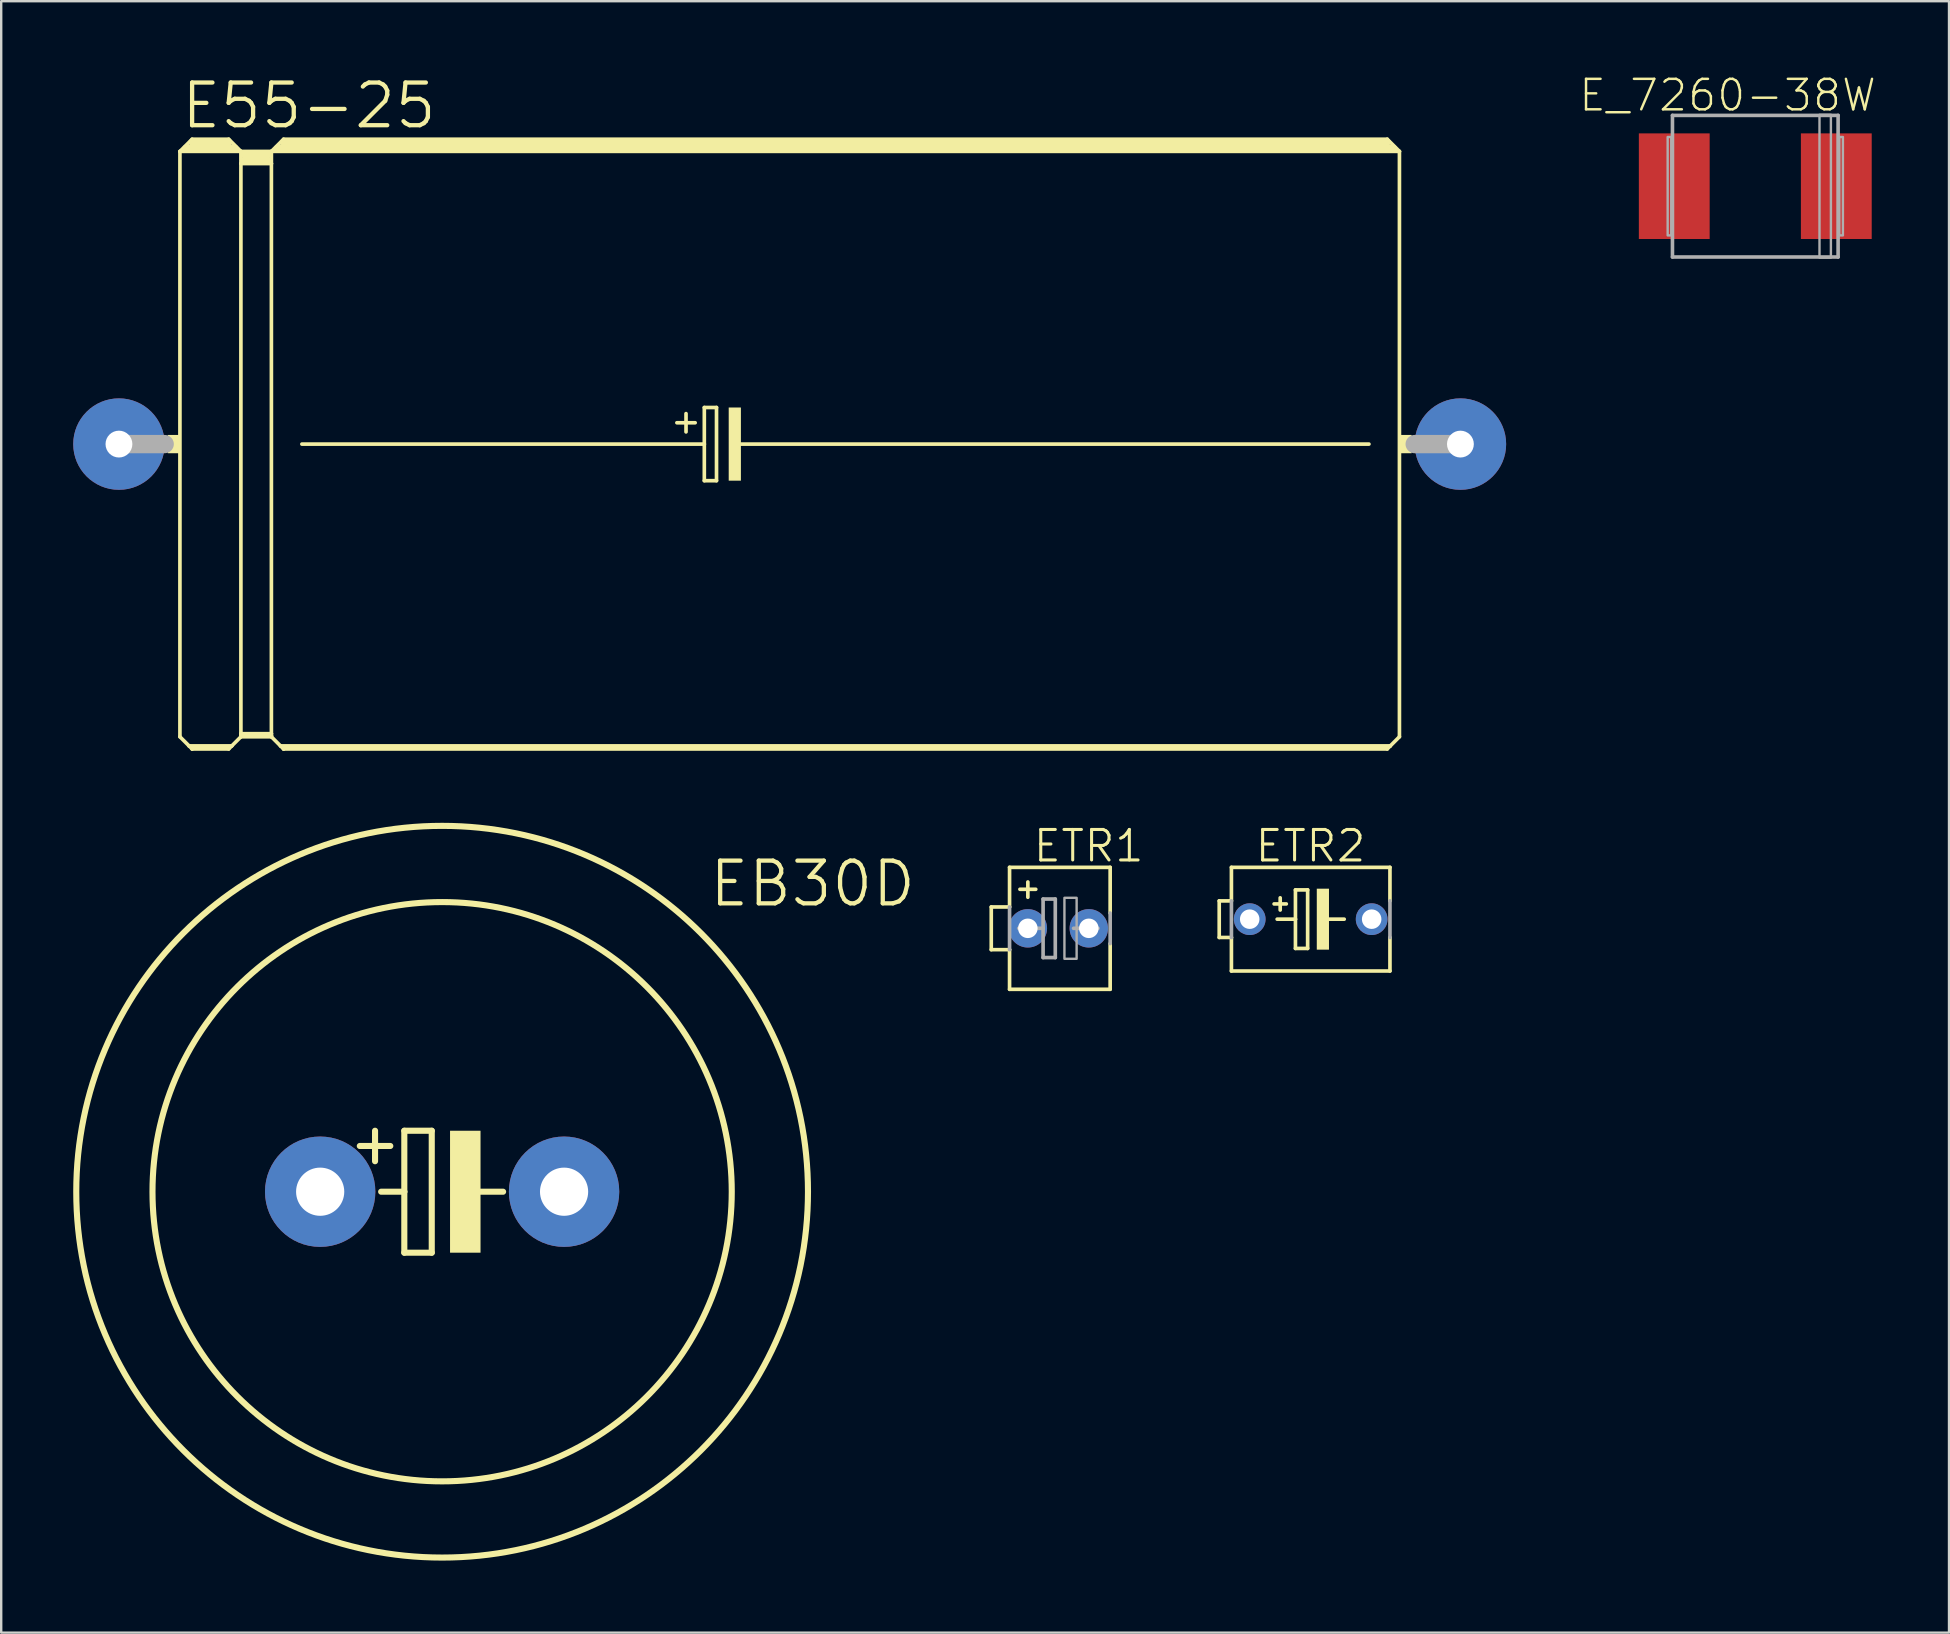
<source format=kicad_pcb>
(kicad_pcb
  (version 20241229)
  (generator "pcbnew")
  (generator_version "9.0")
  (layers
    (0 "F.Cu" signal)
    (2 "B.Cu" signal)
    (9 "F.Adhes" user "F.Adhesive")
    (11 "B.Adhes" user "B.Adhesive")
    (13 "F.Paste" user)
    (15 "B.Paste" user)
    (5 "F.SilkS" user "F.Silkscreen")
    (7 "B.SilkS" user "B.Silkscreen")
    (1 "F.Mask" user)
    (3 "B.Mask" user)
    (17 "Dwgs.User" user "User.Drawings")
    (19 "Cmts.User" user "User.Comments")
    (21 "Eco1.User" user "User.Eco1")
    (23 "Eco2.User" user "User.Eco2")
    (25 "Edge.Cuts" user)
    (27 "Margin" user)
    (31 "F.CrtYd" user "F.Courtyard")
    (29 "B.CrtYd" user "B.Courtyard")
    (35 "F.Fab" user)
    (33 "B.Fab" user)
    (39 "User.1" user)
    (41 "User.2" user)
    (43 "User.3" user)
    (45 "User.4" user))
  (footprint "EB30D"
    (layer "F.Cu")
    (at 15.367 46.592)
    (property "Reference" "EB30D" (at 15.435 -12.827 0) (layer "F.SilkS") (effects (font (size 1.778 1.778) (thickness 0.178))))
    (attr through_hole)
    (fp_line (start -2.794 -2.54) (end -2.794 -1.27) (stroke (width 0.254) (type solid)) (layer "F.SilkS"))
    (fp_line (start -2.54 0) (end -1.575 0) (stroke (width 0.254) (type solid)) (layer "F.SilkS"))
    (fp_line (start -2.159 -1.905) (end -3.429 -1.905) (stroke (width 0.254) (type solid)) (layer "F.SilkS"))
    (fp_line (start -1.575 -2.54) (end -0.432 -2.54) (stroke (width 0.254) (type solid)) (layer "F.SilkS"))
    (fp_line (start -1.575 0) (end -1.575 -2.54) (stroke (width 0.254) (type solid)) (layer "F.SilkS"))
    (fp_line (start -1.575 2.54) (end -1.575 0) (stroke (width 0.254) (type solid)) (layer "F.SilkS"))
    (fp_line (start -0.432 -2.54) (end -0.432 2.54) (stroke (width 0.254) (type solid)) (layer "F.SilkS"))
    (fp_line (start -0.432 2.54) (end -1.575 2.54) (stroke (width 0.254) (type solid)) (layer "F.SilkS"))
    (fp_line (start 0.635 0) (end 2.54 0) (stroke (width 0.254) (type solid)) (layer "F.SilkS"))
    (fp_circle (center 0 0) (end 12.065 0) (stroke (width 0.254) (type solid)) (fill no) (layer "F.SilkS"))
    (fp_circle (center 0 0) (end 15.24 0) (stroke (width 0.254) (type solid)) (fill no) (layer "F.SilkS"))
    (fp_poly (pts (xy 0.33 -2.54) (xy 1.6 -2.54) (xy 1.6 2.54) (xy 0.33 2.54)) (stroke (width 0) (type solid)) (fill yes) (layer "F.SilkS"))
    (pad "+" thru_hole circle (at -5.08 0) (size 4.597 4.597) (drill 2.007) (layers "*.Cu" "*.Mask"))
    (pad "-" thru_hole circle (at 5.08 0) (size 4.597 4.597) (drill 2.007) (layers "*.Cu" "*.Mask")))
  (footprint "E_7260-38W"
    (layer "F.Cu")
    (at 70.068 4.706)
    (property "Reference" "E_7260-38W" (at -1.154 -3.785 0) (layer "F.SilkS") (effects (font (size 1.27 1.27) (thickness 0.102))))
    (attr through_hole)
    (fp_line (start -3.45 -2.95) (end 3.45 -2.95) (stroke (width 0.15) (type solid)) (layer "F.Fab"))
    (fp_line (start -3.45 2.95) (end -3.45 -2.95) (stroke (width 0.15) (type solid)) (layer "F.Fab"))
    (fp_line (start 3.45 -2.95) (end 3.45 2.95) (stroke (width 0.15) (type solid)) (layer "F.Fab"))
    (fp_line (start 3.45 2.95) (end -3.45 2.95) (stroke (width 0.15) (type solid)) (layer "F.Fab"))
    (fp_poly (pts (xy -3.65 -2.05) (xy -3.5 -2.05) (xy -3.5 2.05) (xy -3.65 2.05)) (stroke (width 0.1) (type solid)) (fill no) (layer "F.Fab"))
    (fp_poly (pts (xy 2.675 -2.975) (xy 3.15 -2.975) (xy 3.15 2.975) (xy 2.675 2.975)) (stroke (width 0.1) (type solid)) (fill no) (layer "F.Fab"))
    (fp_poly (pts (xy 3.5 -2.05) (xy 3.65 -2.05) (xy 3.65 2.05) (xy 3.5 2.05)) (stroke (width 0.1) (type solid)) (fill no) (layer "F.Fab"))
    (pad "+" smd rect (at 3.375 0) (size 2.95 4.4) (layers "F.Cu" "F.Mask" "F.Paste"))
    (pad "-" smd rect (at -3.375 0) (size 2.95 4.4) (layers "F.Cu" "F.Mask" "F.Paste")))
  (footprint "ETR1"
    (layer "F.Cu")
    (at 41.036 35.62)
    (property "Reference" "ETR1" (at 1.264 -3.429 0) (layer "F.SilkS") (effects (font (size 1.27 1.27) (thickness 0.127))))
    (attr through_hole)
    (fp_line (start -2.794 -0.889) (end -2.794 0.889) (stroke (width 0.152) (type solid)) (layer "F.SilkS"))
    (fp_line (start -2.794 0.889) (end -2.032 0.889) (stroke (width 0.152) (type solid)) (layer "F.SilkS"))
    (fp_line (start -2.032 -0.889) (end -2.794 -0.889) (stroke (width 0.152) (type solid)) (layer "F.SilkS"))
    (fp_line (start -2.032 -0.889) (end -2.032 -2.54) (stroke (width 0.152) (type solid)) (layer "F.SilkS"))
    (fp_line (start -2.032 2.54) (end -2.032 0.889) (stroke (width 0.152) (type solid)) (layer "F.SilkS"))
    (fp_line (start -2.032 2.54) (end 2.159 2.54) (stroke (width 0.152) (type solid)) (layer "F.SilkS"))
    (fp_line (start -1.27 -1.93) (end -1.27 -1.295) (stroke (width 0.152) (type solid)) (layer "F.SilkS"))
    (fp_line (start -0.94 -1.626) (end -1.6 -1.626) (stroke (width 0.152) (type solid)) (layer "F.SilkS"))
    (fp_line (start 2.159 -2.54) (end -2.032 -2.54) (stroke (width 0.152) (type solid)) (layer "F.SilkS"))
    (fp_line (start 2.159 -2.54) (end 2.159 -0.635) (stroke (width 0.152) (type solid)) (layer "F.SilkS"))
    (fp_line (start 2.159 0.635) (end 2.159 2.54) (stroke (width 0.152) (type solid)) (layer "F.SilkS"))
    (fp_line (start -2.032 0.889) (end -2.032 -0.889) (stroke (width 0.152) (type solid)) (layer "F.Fab"))
    (fp_line (start -1.651 0) (end -0.635 0) (stroke (width 0.152) (type solid)) (layer "F.Fab"))
    (fp_line (start -0.635 -1.219) (end -0.635 0) (stroke (width 0.152) (type solid)) (layer "F.Fab"))
    (fp_line (start -0.635 0) (end -0.635 1.219) (stroke (width 0.152) (type solid)) (layer "F.Fab"))
    (fp_line (start -0.635 1.219) (end -0.127 1.219) (stroke (width 0.152) (type solid)) (layer "F.Fab"))
    (fp_line (start -0.127 -1.219) (end -0.635 -1.219) (stroke (width 0.152) (type solid)) (layer "F.Fab"))
    (fp_line (start -0.127 1.219) (end -0.127 -1.219) (stroke (width 0.152) (type solid)) (layer "F.Fab"))
    (fp_line (start 0.635 0) (end 1.651 0) (stroke (width 0.152) (type solid)) (layer "F.Fab"))
    (fp_line (start 2.159 -0.635) (end 2.159 0.635) (stroke (width 0.152) (type solid)) (layer "F.Fab"))
    (fp_poly (pts (xy 0.254 -1.27) (xy 0.762 -1.27) (xy 0.762 1.27) (xy 0.254 1.27)) (stroke (width 0.1) (type solid)) (fill no) (layer "F.Fab"))
    (pad "+" thru_hole circle (at -1.27 0) (size 1.6 1.6) (drill 0.813) (layers "*.Cu" "*.Mask"))
    (pad "-" thru_hole circle (at 1.27 0) (size 1.6 1.6) (drill 0.813) (layers "*.Cu" "*.Mask")))
  (footprint "ETR2"
    (layer "F.Cu")
    (at 51.548 35.239)
    (property "Reference" "ETR2" (at -0.006 -3.048 0) (layer "F.SilkS") (effects (font (size 1.27 1.27) (thickness 0.127))))
    (attr through_hole)
    (fp_line (start -3.81 -0.762) (end -3.81 0.762) (stroke (width 0.152) (type solid)) (layer "F.SilkS"))
    (fp_line (start -3.81 0.762) (end -3.302 0.762) (stroke (width 0.152) (type solid)) (layer "F.SilkS"))
    (fp_line (start -3.302 -0.762) (end -3.81 -0.762) (stroke (width 0.152) (type solid)) (layer "F.SilkS"))
    (fp_line (start -3.302 -0.762) (end -3.302 -2.159) (stroke (width 0.152) (type solid)) (layer "F.SilkS"))
    (fp_line (start -3.302 2.159) (end -3.302 0.762) (stroke (width 0.152) (type solid)) (layer "F.SilkS"))
    (fp_line (start -3.302 2.159) (end 3.302 2.159) (stroke (width 0.152) (type solid)) (layer "F.SilkS"))
    (fp_line (start -1.524 -0.635) (end -1.016 -0.635) (stroke (width 0.152) (type solid)) (layer "F.SilkS"))
    (fp_line (start -1.397 0) (end -0.635 0) (stroke (width 0.152) (type solid)) (layer "F.SilkS"))
    (fp_line (start -1.27 -0.889) (end -1.27 -0.381) (stroke (width 0.152) (type solid)) (layer "F.SilkS"))
    (fp_line (start -0.635 -1.219) (end -0.635 0) (stroke (width 0.152) (type solid)) (layer "F.SilkS"))
    (fp_line (start -0.635 0) (end -0.635 1.219) (stroke (width 0.152) (type solid)) (layer "F.SilkS"))
    (fp_line (start -0.635 1.219) (end -0.127 1.219) (stroke (width 0.152) (type solid)) (layer "F.SilkS"))
    (fp_line (start -0.127 -1.219) (end -0.635 -1.219) (stroke (width 0.152) (type solid)) (layer "F.SilkS"))
    (fp_line (start -0.127 1.219) (end -0.127 -1.219) (stroke (width 0.152) (type solid)) (layer "F.SilkS"))
    (fp_line (start 0.635 0) (end 1.397 0) (stroke (width 0.152) (type solid)) (layer "F.SilkS"))
    (fp_line (start 3.302 -2.159) (end -3.302 -2.159) (stroke (width 0.152) (type solid)) (layer "F.SilkS"))
    (fp_line (start 3.302 -0.762) (end 3.302 -2.159) (stroke (width 0.152) (type solid)) (layer "F.SilkS"))
    (fp_line (start 3.302 2.159) (end 3.302 0.762) (stroke (width 0.152) (type solid)) (layer "F.SilkS"))
    (fp_poly (pts (xy 0.254 -1.27) (xy 0.762 -1.27) (xy 0.762 1.27) (xy 0.254 1.27)) (stroke (width 0) (type solid)) (fill yes) (layer "F.SilkS"))
    (fp_line (start -3.302 0.762) (end -3.302 -0.762) (stroke (width 0.152) (type solid)) (layer "F.Fab"))
    (fp_line (start 3.302 -0.762) (end 3.302 0.762) (stroke (width 0.152) (type solid)) (layer "F.Fab"))
    (pad "+" thru_hole circle (at -2.54 0) (size 1.321 1.321) (drill 0.813) (layers "*.Cu" "*.Mask"))
    (pad "-" thru_hole circle (at 2.54 0) (size 1.321 1.321) (drill 0.813) (layers "*.Cu" "*.Mask")))
  (footprint "E55-25"
    (layer "F.Cu")
    (at 29.845 15.449)
    (property "Reference" "E55-25" (at -20.024 -14.097 0) (layer "F.SilkS") (effects (font (size 1.778 1.778) (thickness 0.178))))
    (attr through_hole)
    (fp_line (start -25.4 -12.192) (end -25.4 12.192) (stroke (width 0.152) (type solid)) (layer "F.SilkS"))
    (fp_line (start -25.4 -12.192) (end -24.892 -12.7) (stroke (width 0.152) (type solid)) (layer "F.SilkS"))
    (fp_line (start -25.4 -12.192) (end -22.86 -12.192) (stroke (width 0.152) (type solid)) (layer "F.SilkS"))
    (fp_line (start -25.4 12.192) (end -25.019 12.573) (stroke (width 0.152) (type solid)) (layer "F.SilkS"))
    (fp_line (start -25.146 -12.319) (end -23.114 -12.319) (stroke (width 0.305) (type solid)) (layer "F.SilkS"))
    (fp_line (start -25.019 12.573) (end -24.892 12.7) (stroke (width 0.152) (type solid)) (layer "F.SilkS"))
    (fp_line (start -25.019 12.573) (end -23.241 12.573) (stroke (width 0.152) (type solid)) (layer "F.SilkS"))
    (fp_line (start -24.892 -12.7) (end -23.368 -12.7) (stroke (width 0.152) (type solid)) (layer "F.SilkS"))
    (fp_line (start -24.892 -12.573) (end -23.368 -12.573) (stroke (width 0.305) (type solid)) (layer "F.SilkS"))
    (fp_line (start -24.892 12.649) (end -23.368 12.649) (stroke (width 0.152) (type solid)) (layer "F.SilkS"))
    (fp_line (start -24.892 12.7) (end -24.892 12.649) (stroke (width 0.152) (type solid)) (layer "F.SilkS"))
    (fp_line (start -24.892 12.7) (end -23.368 12.7) (stroke (width 0.152) (type solid)) (layer "F.SilkS"))
    (fp_line (start -23.368 -12.7) (end -22.86 -12.192) (stroke (width 0.152) (type solid)) (layer "F.SilkS"))
    (fp_line (start -23.368 12.7) (end -23.241 12.573) (stroke (width 0.152) (type solid)) (layer "F.SilkS"))
    (fp_line (start -23.241 12.573) (end -22.86 12.192) (stroke (width 0.152) (type solid)) (layer "F.SilkS"))
    (fp_line (start -22.86 -12.192) (end -21.59 -12.192) (stroke (width 0.152) (type solid)) (layer "F.SilkS"))
    (fp_line (start -22.86 -11.684) (end -22.86 -12.192) (stroke (width 0.152) (type solid)) (layer "F.SilkS"))
    (fp_line (start -22.86 -11.684) (end -21.59 -11.684) (stroke (width 0.152) (type solid)) (layer "F.SilkS"))
    (fp_line (start -22.86 12.065) (end -22.86 -11.684) (stroke (width 0.152) (type solid)) (layer "F.SilkS"))
    (fp_line (start -22.86 12.065) (end -21.59 12.065) (stroke (width 0.152) (type solid)) (layer "F.SilkS"))
    (fp_line (start -22.86 12.141) (end -22.86 12.065) (stroke (width 0.152) (type solid)) (layer "F.SilkS"))
    (fp_line (start -22.86 12.141) (end -21.59 12.141) (stroke (width 0.152) (type solid)) (layer "F.SilkS"))
    (fp_line (start -22.86 12.192) (end -22.86 12.141) (stroke (width 0.152) (type solid)) (layer "F.SilkS"))
    (fp_line (start -22.86 12.192) (end -21.59 12.192) (stroke (width 0.152) (type solid)) (layer "F.SilkS"))
    (fp_line (start -22.733 -12.065) (end -21.717 -12.065) (stroke (width 0.305) (type solid)) (layer "F.SilkS"))
    (fp_line (start -22.733 -11.811) (end -21.717 -11.811) (stroke (width 0.305) (type solid)) (layer "F.SilkS"))
    (fp_line (start -21.59 -12.192) (end -21.082 -12.7) (stroke (width 0.152) (type solid)) (layer "F.SilkS"))
    (fp_line (start -21.59 -12.192) (end 25.4 -12.192) (stroke (width 0.152) (type solid)) (layer "F.SilkS"))
    (fp_line (start -21.59 -11.684) (end -21.59 -12.192) (stroke (width 0.152) (type solid)) (layer "F.SilkS"))
    (fp_line (start -21.59 12.065) (end -21.59 -11.684) (stroke (width 0.152) (type solid)) (layer "F.SilkS"))
    (fp_line (start -21.59 12.141) (end -21.59 12.065) (stroke (width 0.152) (type solid)) (layer "F.SilkS"))
    (fp_line (start -21.59 12.192) (end -21.59 12.141) (stroke (width 0.152) (type solid)) (layer "F.SilkS"))
    (fp_line (start -21.59 12.192) (end -21.209 12.573) (stroke (width 0.152) (type solid)) (layer "F.SilkS"))
    (fp_line (start -21.336 -12.319) (end 25.146 -12.319) (stroke (width 0.305) (type solid)) (layer "F.SilkS"))
    (fp_line (start -21.209 12.573) (end -21.082 12.7) (stroke (width 0.152) (type solid)) (layer "F.SilkS"))
    (fp_line (start -21.209 12.573) (end 25.019 12.573) (stroke (width 0.152) (type solid)) (layer "F.SilkS"))
    (fp_line (start -21.082 -12.7) (end 24.892 -12.7) (stroke (width 0.152) (type solid)) (layer "F.SilkS"))
    (fp_line (start -21.082 -12.573) (end 24.892 -12.573) (stroke (width 0.305) (type solid)) (layer "F.SilkS"))
    (fp_line (start -21.082 12.649) (end 24.892 12.649) (stroke (width 0.152) (type solid)) (layer "F.SilkS"))
    (fp_line (start -21.082 12.7) (end -21.082 12.649) (stroke (width 0.152) (type solid)) (layer "F.SilkS"))
    (fp_line (start -21.082 12.7) (end 24.892 12.7) (stroke (width 0.152) (type solid)) (layer "F.SilkS"))
    (fp_line (start -20.32 0) (end -3.556 0) (stroke (width 0.152) (type solid)) (layer "F.SilkS"))
    (fp_line (start -4.699 -0.889) (end -3.937 -0.889) (stroke (width 0.152) (type solid)) (layer "F.SilkS"))
    (fp_line (start -4.318 -1.27) (end -4.318 -0.508) (stroke (width 0.152) (type solid)) (layer "F.SilkS"))
    (fp_line (start -3.556 -1.524) (end -3.556 0) (stroke (width 0.152) (type solid)) (layer "F.SilkS"))
    (fp_line (start -3.556 0) (end -3.556 1.524) (stroke (width 0.152) (type solid)) (layer "F.SilkS"))
    (fp_line (start -3.556 1.524) (end -3.048 1.524) (stroke (width 0.152) (type solid)) (layer "F.SilkS"))
    (fp_line (start -3.048 -1.524) (end -3.556 -1.524) (stroke (width 0.152) (type solid)) (layer "F.SilkS"))
    (fp_line (start -3.048 1.524) (end -3.048 -1.524) (stroke (width 0.152) (type solid)) (layer "F.SilkS"))
    (fp_line (start -2.159 0) (end 24.13 0) (stroke (width 0.152) (type solid)) (layer "F.SilkS"))
    (fp_line (start 24.892 -12.7) (end 25.4 -12.192) (stroke (width 0.152) (type solid)) (layer "F.SilkS"))
    (fp_line (start 24.892 12.7) (end 25.019 12.573) (stroke (width 0.152) (type solid)) (layer "F.SilkS"))
    (fp_line (start 25.019 12.573) (end 25.4 12.192) (stroke (width 0.152) (type solid)) (layer "F.SilkS"))
    (fp_line (start 25.4 -12.192) (end 25.4 12.192) (stroke (width 0.152) (type solid)) (layer "F.SilkS"))
    (fp_poly (pts (xy -25.908 -0.381) (xy -25.4 -0.381) (xy -25.4 0.381) (xy -25.908 0.381)) (stroke (width 0) (type solid)) (fill yes) (layer "F.SilkS"))
    (fp_poly (pts (xy -2.54 -1.524) (xy -2.032 -1.524) (xy -2.032 1.524) (xy -2.54 1.524)) (stroke (width 0) (type solid)) (fill yes) (layer "F.SilkS"))
    (fp_poly (pts (xy 25.4 -0.381) (xy 25.908 -0.381) (xy 25.908 0.381) (xy 25.4 0.381)) (stroke (width 0) (type solid)) (fill yes) (layer "F.SilkS"))
    (fp_line (start -27.94 0) (end -26.035 0) (stroke (width 0.762) (type solid)) (layer "F.Fab"))
    (fp_line (start 27.94 0) (end 26.035 0) (stroke (width 0.762) (type solid)) (layer "F.Fab"))
    (pad "+" thru_hole circle (at -27.94 0) (size 3.81 3.81) (drill 1.118) (layers "*.Cu" "*.Mask"))
    (pad "-" thru_hole circle (at 27.94 0) (size 3.81 3.81) (drill 1.118) (layers "*.Cu" "*.Mask")))
  (gr_rect
    (start -3 -3)
    (end 78.138 64.959)
    (stroke (width 0.1) (type default))
    (fill no)
    (layer "Edge.Cuts")))
</source>
